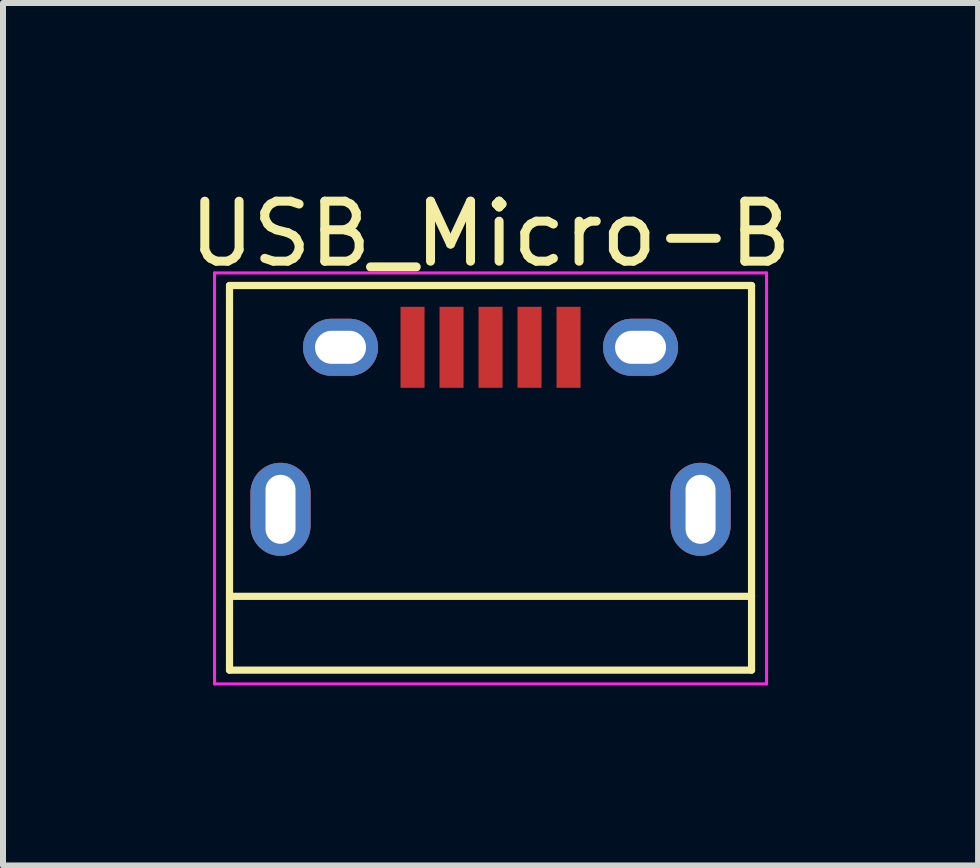
<source format=kicad_pcb>
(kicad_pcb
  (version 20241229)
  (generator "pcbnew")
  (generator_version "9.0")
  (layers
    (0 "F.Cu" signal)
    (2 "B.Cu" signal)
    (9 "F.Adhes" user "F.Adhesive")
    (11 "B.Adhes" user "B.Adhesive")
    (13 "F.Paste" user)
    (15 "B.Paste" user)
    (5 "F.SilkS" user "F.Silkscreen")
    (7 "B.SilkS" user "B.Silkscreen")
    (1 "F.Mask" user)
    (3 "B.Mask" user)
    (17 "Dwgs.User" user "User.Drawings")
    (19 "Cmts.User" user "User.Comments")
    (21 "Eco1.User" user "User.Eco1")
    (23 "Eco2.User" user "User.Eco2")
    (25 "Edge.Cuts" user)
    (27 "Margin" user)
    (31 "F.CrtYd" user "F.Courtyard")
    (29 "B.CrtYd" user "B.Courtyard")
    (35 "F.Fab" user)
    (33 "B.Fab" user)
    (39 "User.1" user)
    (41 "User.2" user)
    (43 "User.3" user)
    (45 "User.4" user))
  (footprint "USB_Micro-B"
    (layer "F.Cu")
    (at 5.125 4.468)
    (property "Reference" "USB_Micro-B" (at 0 -3.62 0) (layer "F.SilkS") (effects (font (size 1 1) (thickness 0.15))))
    (attr smd)
    (fp_line (start -4.35 -2.76) (end 4.35 -2.76) (stroke (width 0.12) (type solid)) (layer "F.SilkS"))
    (fp_line (start -4.35 3.65) (end -4.35 -2.76) (stroke (width 0.12) (type solid)) (layer "F.SilkS"))
    (fp_line (start -4.35 3.65) (end 4.35 3.65) (stroke (width 0.12) (type solid)) (layer "F.SilkS"))
    (fp_line (start 4.35 -2.76) (end 4.35 3.65) (stroke (width 0.12) (type solid)) (layer "F.SilkS"))
    (fp_line (start 4.35 2.42) (end -4.35 2.42) (stroke (width 0.12) (type solid)) (layer "F.SilkS"))
    (fp_line (start -4.6 -2.97) (end 4.6 -2.97) (stroke (width 0.05) (type solid)) (layer "F.CrtYd"))
    (fp_line (start -4.6 3.88) (end -4.6 -2.97) (stroke (width 0.05) (type solid)) (layer "F.CrtYd"))
    (fp_line (start 4.6 -2.97) (end 4.6 3.88) (stroke (width 0.05) (type solid)) (layer "F.CrtYd"))
    (fp_line (start 4.6 3.88) (end -4.6 3.88) (stroke (width 0.05) (type solid)) (layer "F.CrtYd"))
    (pad "" smd oval (at -3.5 0.97 90) (size 1.55 1) (layers "F.Cu" "F.Mask" "F.Paste"))
    (pad "" smd oval (at -2.5 -1.73 90) (size 0.95 1.25) (layers "F.Cu" "F.Mask" "F.Paste"))
    (pad "" smd oval (at 2.5 -1.73 90) (size 0.95 1.25) (layers "F.Cu" "F.Mask" "F.Paste"))
    (pad "" smd oval (at 3.5 0.97 90) (size 1.55 1) (layers "F.Cu" "F.Mask" "F.Paste"))
    (pad "1" smd rect (at -1.3 -1.73 90) (size 1.35 0.4) (layers "F.Cu" "F.Mask" "F.Paste"))
    (pad "2" smd rect (at -0.65 -1.73 90) (size 1.35 0.4) (layers "F.Cu" "F.Mask" "F.Paste"))
    (pad "3" smd rect (at 0 -1.73 90) (size 1.35 0.4) (layers "F.Cu" "F.Mask" "F.Paste"))
    (pad "4" smd rect (at 0.65 -1.73 90) (size 1.35 0.4) (layers "F.Cu" "F.Mask" "F.Paste"))
    (pad "5" smd rect (at 1.3 -1.73 90) (size 1.35 0.4) (layers "F.Cu" "F.Mask" "F.Paste"))
    (pad "6" thru_hole oval (at -3.5 0.97 90) (size 1.55 1) (drill oval 1.15 0.5) (layers "*.Cu" "*.Mask"))
    (pad "6" thru_hole oval (at -2.5 -1.73 90) (size 0.95 1.25) (drill oval 0.55 0.85) (layers "*.Cu" "*.Mask"))
    (pad "6" thru_hole oval (at 2.5 -1.73 90) (size 0.95 1.25) (drill oval 0.55 0.85) (layers "*.Cu" "*.Mask"))
    (pad "6" thru_hole oval (at 3.5 0.97 90) (size 1.55 1) (drill oval 1.15 0.5) (layers "*.Cu" "*.Mask")))
  (gr_rect
    (start -3 -3)
    (end 13.25 11.373)
    (stroke (width 0.1) (type default))
    (fill no)
    (layer "Edge.Cuts")))
</source>
